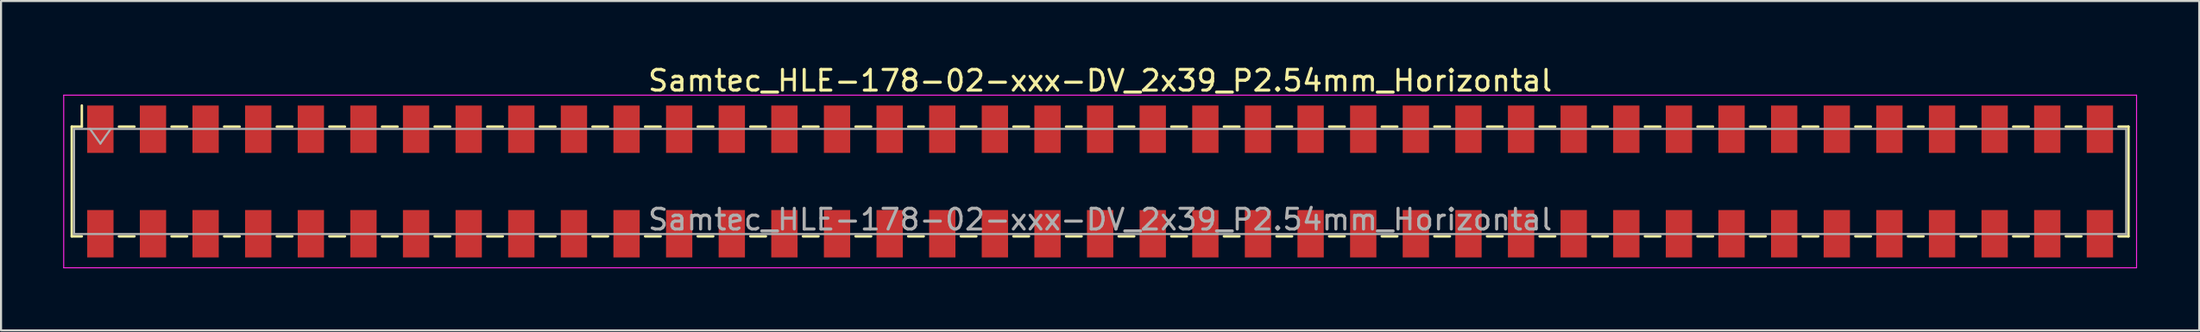
<source format=kicad_pcb>
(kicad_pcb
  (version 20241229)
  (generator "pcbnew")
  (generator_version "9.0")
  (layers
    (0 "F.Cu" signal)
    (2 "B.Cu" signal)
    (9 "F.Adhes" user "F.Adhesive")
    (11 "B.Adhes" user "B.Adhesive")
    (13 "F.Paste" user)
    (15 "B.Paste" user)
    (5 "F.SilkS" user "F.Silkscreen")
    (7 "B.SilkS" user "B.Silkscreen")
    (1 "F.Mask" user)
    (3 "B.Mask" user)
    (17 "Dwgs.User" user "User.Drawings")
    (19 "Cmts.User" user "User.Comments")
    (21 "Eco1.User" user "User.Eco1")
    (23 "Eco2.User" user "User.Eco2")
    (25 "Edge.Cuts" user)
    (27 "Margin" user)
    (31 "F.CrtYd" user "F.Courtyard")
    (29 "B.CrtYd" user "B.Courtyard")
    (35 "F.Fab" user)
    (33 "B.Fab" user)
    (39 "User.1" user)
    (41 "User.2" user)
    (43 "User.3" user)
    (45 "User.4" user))
  (footprint "Samtec_HLE-178-02-xxx-DV_2x39_P2.54mm_Horizontal"
    (layer "F.Cu")
    (at 50.055 5.718)
    (property "Reference" "Samtec_HLE-178-02-xxx-DV_2x39_P2.54mm_Horizontal" (at 0 -4.87 0) (layer "F.SilkS") (effects (font (size 1 1) (thickness 0.15))))
    (attr smd)
    (fp_line (start -49.64 -2.65) (end -49.64 2.65) (stroke (width 0.12) (type solid)) (layer "F.SilkS"))
    (fp_line (start -49.64 2.65) (end -49.155 2.65) (stroke (width 0.12) (type solid)) (layer "F.SilkS"))
    (fp_line (start -49.155 -3.67) (end -49.155 -2.65) (stroke (width 0.12) (type solid)) (layer "F.SilkS"))
    (fp_line (start -49.155 -2.65) (end -49.64 -2.65) (stroke (width 0.12) (type solid)) (layer "F.SilkS"))
    (fp_line (start -47.365 -2.65) (end -46.615 -2.65) (stroke (width 0.12) (type solid)) (layer "F.SilkS"))
    (fp_line (start -47.365 2.65) (end -46.615 2.65) (stroke (width 0.12) (type solid)) (layer "F.SilkS"))
    (fp_line (start -44.825 -2.65) (end -44.075 -2.65) (stroke (width 0.12) (type solid)) (layer "F.SilkS"))
    (fp_line (start -44.825 2.65) (end -44.075 2.65) (stroke (width 0.12) (type solid)) (layer "F.SilkS"))
    (fp_line (start -42.285 -2.65) (end -41.535 -2.65) (stroke (width 0.12) (type solid)) (layer "F.SilkS"))
    (fp_line (start -42.285 2.65) (end -41.535 2.65) (stroke (width 0.12) (type solid)) (layer "F.SilkS"))
    (fp_line (start -39.745 -2.65) (end -38.995 -2.65) (stroke (width 0.12) (type solid)) (layer "F.SilkS"))
    (fp_line (start -39.745 2.65) (end -38.995 2.65) (stroke (width 0.12) (type solid)) (layer "F.SilkS"))
    (fp_line (start -37.205 -2.65) (end -36.455 -2.65) (stroke (width 0.12) (type solid)) (layer "F.SilkS"))
    (fp_line (start -37.205 2.65) (end -36.455 2.65) (stroke (width 0.12) (type solid)) (layer "F.SilkS"))
    (fp_line (start -34.665 -2.65) (end -33.915 -2.65) (stroke (width 0.12) (type solid)) (layer "F.SilkS"))
    (fp_line (start -34.665 2.65) (end -33.915 2.65) (stroke (width 0.12) (type solid)) (layer "F.SilkS"))
    (fp_line (start -32.125 -2.65) (end -31.375 -2.65) (stroke (width 0.12) (type solid)) (layer "F.SilkS"))
    (fp_line (start -32.125 2.65) (end -31.375 2.65) (stroke (width 0.12) (type solid)) (layer "F.SilkS"))
    (fp_line (start -29.585 -2.65) (end -28.835 -2.65) (stroke (width 0.12) (type solid)) (layer "F.SilkS"))
    (fp_line (start -29.585 2.65) (end -28.835 2.65) (stroke (width 0.12) (type solid)) (layer "F.SilkS"))
    (fp_line (start -27.045 -2.65) (end -26.295 -2.65) (stroke (width 0.12) (type solid)) (layer "F.SilkS"))
    (fp_line (start -27.045 2.65) (end -26.295 2.65) (stroke (width 0.12) (type solid)) (layer "F.SilkS"))
    (fp_line (start -24.505 -2.65) (end -23.755 -2.65) (stroke (width 0.12) (type solid)) (layer "F.SilkS"))
    (fp_line (start -24.505 2.65) (end -23.755 2.65) (stroke (width 0.12) (type solid)) (layer "F.SilkS"))
    (fp_line (start -21.965 -2.65) (end -21.215 -2.65) (stroke (width 0.12) (type solid)) (layer "F.SilkS"))
    (fp_line (start -21.965 2.65) (end -21.215 2.65) (stroke (width 0.12) (type solid)) (layer "F.SilkS"))
    (fp_line (start -19.425 -2.65) (end -18.675 -2.65) (stroke (width 0.12) (type solid)) (layer "F.SilkS"))
    (fp_line (start -19.425 2.65) (end -18.675 2.65) (stroke (width 0.12) (type solid)) (layer "F.SilkS"))
    (fp_line (start -16.885 -2.65) (end -16.135 -2.65) (stroke (width 0.12) (type solid)) (layer "F.SilkS"))
    (fp_line (start -16.885 2.65) (end -16.135 2.65) (stroke (width 0.12) (type solid)) (layer "F.SilkS"))
    (fp_line (start -14.345 -2.65) (end -13.595 -2.65) (stroke (width 0.12) (type solid)) (layer "F.SilkS"))
    (fp_line (start -14.345 2.65) (end -13.595 2.65) (stroke (width 0.12) (type solid)) (layer "F.SilkS"))
    (fp_line (start -11.805 -2.65) (end -11.055 -2.65) (stroke (width 0.12) (type solid)) (layer "F.SilkS"))
    (fp_line (start -11.805 2.65) (end -11.055 2.65) (stroke (width 0.12) (type solid)) (layer "F.SilkS"))
    (fp_line (start -9.265 -2.65) (end -8.515 -2.65) (stroke (width 0.12) (type solid)) (layer "F.SilkS"))
    (fp_line (start -9.265 2.65) (end -8.515 2.65) (stroke (width 0.12) (type solid)) (layer "F.SilkS"))
    (fp_line (start -6.725 -2.65) (end -5.975 -2.65) (stroke (width 0.12) (type solid)) (layer "F.SilkS"))
    (fp_line (start -6.725 2.65) (end -5.975 2.65) (stroke (width 0.12) (type solid)) (layer "F.SilkS"))
    (fp_line (start -4.185 -2.65) (end -3.435 -2.65) (stroke (width 0.12) (type solid)) (layer "F.SilkS"))
    (fp_line (start -4.185 2.65) (end -3.435 2.65) (stroke (width 0.12) (type solid)) (layer "F.SilkS"))
    (fp_line (start -1.645 -2.65) (end -0.895 -2.65) (stroke (width 0.12) (type solid)) (layer "F.SilkS"))
    (fp_line (start -1.645 2.65) (end -0.895 2.65) (stroke (width 0.12) (type solid)) (layer "F.SilkS"))
    (fp_line (start 0.895 -2.65) (end 1.645 -2.65) (stroke (width 0.12) (type solid)) (layer "F.SilkS"))
    (fp_line (start 0.895 2.65) (end 1.645 2.65) (stroke (width 0.12) (type solid)) (layer "F.SilkS"))
    (fp_line (start 3.435 -2.65) (end 4.185 -2.65) (stroke (width 0.12) (type solid)) (layer "F.SilkS"))
    (fp_line (start 3.435 2.65) (end 4.185 2.65) (stroke (width 0.12) (type solid)) (layer "F.SilkS"))
    (fp_line (start 5.975 -2.65) (end 6.725 -2.65) (stroke (width 0.12) (type solid)) (layer "F.SilkS"))
    (fp_line (start 5.975 2.65) (end 6.725 2.65) (stroke (width 0.12) (type solid)) (layer "F.SilkS"))
    (fp_line (start 8.515 -2.65) (end 9.265 -2.65) (stroke (width 0.12) (type solid)) (layer "F.SilkS"))
    (fp_line (start 8.515 2.65) (end 9.265 2.65) (stroke (width 0.12) (type solid)) (layer "F.SilkS"))
    (fp_line (start 11.055 -2.65) (end 11.805 -2.65) (stroke (width 0.12) (type solid)) (layer "F.SilkS"))
    (fp_line (start 11.055 2.65) (end 11.805 2.65) (stroke (width 0.12) (type solid)) (layer "F.SilkS"))
    (fp_line (start 13.595 -2.65) (end 14.345 -2.65) (stroke (width 0.12) (type solid)) (layer "F.SilkS"))
    (fp_line (start 13.595 2.65) (end 14.345 2.65) (stroke (width 0.12) (type solid)) (layer "F.SilkS"))
    (fp_line (start 16.135 -2.65) (end 16.885 -2.65) (stroke (width 0.12) (type solid)) (layer "F.SilkS"))
    (fp_line (start 16.135 2.65) (end 16.885 2.65) (stroke (width 0.12) (type solid)) (layer "F.SilkS"))
    (fp_line (start 18.675 -2.65) (end 19.425 -2.65) (stroke (width 0.12) (type solid)) (layer "F.SilkS"))
    (fp_line (start 18.675 2.65) (end 19.425 2.65) (stroke (width 0.12) (type solid)) (layer "F.SilkS"))
    (fp_line (start 21.215 -2.65) (end 21.965 -2.65) (stroke (width 0.12) (type solid)) (layer "F.SilkS"))
    (fp_line (start 21.215 2.65) (end 21.965 2.65) (stroke (width 0.12) (type solid)) (layer "F.SilkS"))
    (fp_line (start 23.755 -2.65) (end 24.505 -2.65) (stroke (width 0.12) (type solid)) (layer "F.SilkS"))
    (fp_line (start 23.755 2.65) (end 24.505 2.65) (stroke (width 0.12) (type solid)) (layer "F.SilkS"))
    (fp_line (start 26.295 -2.65) (end 27.045 -2.65) (stroke (width 0.12) (type solid)) (layer "F.SilkS"))
    (fp_line (start 26.295 2.65) (end 27.045 2.65) (stroke (width 0.12) (type solid)) (layer "F.SilkS"))
    (fp_line (start 28.835 -2.65) (end 29.585 -2.65) (stroke (width 0.12) (type solid)) (layer "F.SilkS"))
    (fp_line (start 28.835 2.65) (end 29.585 2.65) (stroke (width 0.12) (type solid)) (layer "F.SilkS"))
    (fp_line (start 31.375 -2.65) (end 32.125 -2.65) (stroke (width 0.12) (type solid)) (layer "F.SilkS"))
    (fp_line (start 31.375 2.65) (end 32.125 2.65) (stroke (width 0.12) (type solid)) (layer "F.SilkS"))
    (fp_line (start 33.915 -2.65) (end 34.665 -2.65) (stroke (width 0.12) (type solid)) (layer "F.SilkS"))
    (fp_line (start 33.915 2.65) (end 34.665 2.65) (stroke (width 0.12) (type solid)) (layer "F.SilkS"))
    (fp_line (start 36.455 -2.65) (end 37.205 -2.65) (stroke (width 0.12) (type solid)) (layer "F.SilkS"))
    (fp_line (start 36.455 2.65) (end 37.205 2.65) (stroke (width 0.12) (type solid)) (layer "F.SilkS"))
    (fp_line (start 38.995 -2.65) (end 39.745 -2.65) (stroke (width 0.12) (type solid)) (layer "F.SilkS"))
    (fp_line (start 38.995 2.65) (end 39.745 2.65) (stroke (width 0.12) (type solid)) (layer "F.SilkS"))
    (fp_line (start 41.535 -2.65) (end 42.285 -2.65) (stroke (width 0.12) (type solid)) (layer "F.SilkS"))
    (fp_line (start 41.535 2.65) (end 42.285 2.65) (stroke (width 0.12) (type solid)) (layer "F.SilkS"))
    (fp_line (start 44.075 -2.65) (end 44.825 -2.65) (stroke (width 0.12) (type solid)) (layer "F.SilkS"))
    (fp_line (start 44.075 2.65) (end 44.825 2.65) (stroke (width 0.12) (type solid)) (layer "F.SilkS"))
    (fp_line (start 46.615 -2.65) (end 47.365 -2.65) (stroke (width 0.12) (type solid)) (layer "F.SilkS"))
    (fp_line (start 46.615 2.65) (end 47.365 2.65) (stroke (width 0.12) (type solid)) (layer "F.SilkS"))
    (fp_line (start 49.155 -2.65) (end 49.64 -2.65) (stroke (width 0.12) (type solid)) (layer "F.SilkS"))
    (fp_line (start 49.64 -2.65) (end 49.64 2.65) (stroke (width 0.12) (type solid)) (layer "F.SilkS"))
    (fp_line (start 49.64 2.65) (end 49.155 2.65) (stroke (width 0.12) (type solid)) (layer "F.SilkS"))
    (fp_line (start -50.03 -4.17) (end 50.03 -4.17) (stroke (width 0.05) (type solid)) (layer "F.CrtYd"))
    (fp_line (start -50.03 4.17) (end -50.03 -4.17) (stroke (width 0.05) (type solid)) (layer "F.CrtYd"))
    (fp_line (start 50.03 -4.17) (end 50.03 4.17) (stroke (width 0.05) (type solid)) (layer "F.CrtYd"))
    (fp_line (start 50.03 4.17) (end -50.03 4.17) (stroke (width 0.05) (type solid)) (layer "F.CrtYd"))
    (fp_line (start -49.53 -2.54) (end 49.53 -2.54) (stroke (width 0.1) (type solid)) (layer "F.Fab"))
    (fp_line (start -49.53 2.54) (end -49.53 -2.54) (stroke (width 0.1) (type solid)) (layer "F.Fab"))
    (fp_line (start -48.76 -2.54) (end -48.26 -1.833) (stroke (width 0.1) (type solid)) (layer "F.Fab"))
    (fp_line (start -48.26 -1.833) (end -47.76 -2.54) (stroke (width 0.1) (type solid)) (layer "F.Fab"))
    (fp_line (start 49.53 -2.54) (end 49.53 2.54) (stroke (width 0.1) (type solid)) (layer "F.Fab"))
    (fp_line (start 49.53 2.54) (end -49.53 2.54) (stroke (width 0.1) (type solid)) (layer "F.Fab"))
    (fp_text user "${REFERENCE}" (at 0 1.84 0) (layer "F.Fab") (effects (font (size 1 1) (thickness 0.15))))
    (pad "1" smd rect (at -48.26 -2.525) (size 1.27 2.29) (layers "F.Cu" "F.Mask" "F.Paste"))
    (pad "2" smd rect (at -48.26 2.525) (size 1.27 2.29) (layers "F.Cu" "F.Mask" "F.Paste"))
    (pad "3" smd rect (at -45.72 -2.525) (size 1.27 2.29) (layers "F.Cu" "F.Mask" "F.Paste"))
    (pad "4" smd rect (at -45.72 2.525) (size 1.27 2.29) (layers "F.Cu" "F.Mask" "F.Paste"))
    (pad "5" smd rect (at -43.18 -2.525) (size 1.27 2.29) (layers "F.Cu" "F.Mask" "F.Paste"))
    (pad "6" smd rect (at -43.18 2.525) (size 1.27 2.29) (layers "F.Cu" "F.Mask" "F.Paste"))
    (pad "7" smd rect (at -40.64 -2.525) (size 1.27 2.29) (layers "F.Cu" "F.Mask" "F.Paste"))
    (pad "8" smd rect (at -40.64 2.525) (size 1.27 2.29) (layers "F.Cu" "F.Mask" "F.Paste"))
    (pad "9" smd rect (at -38.1 -2.525) (size 1.27 2.29) (layers "F.Cu" "F.Mask" "F.Paste"))
    (pad "10" smd rect (at -38.1 2.525) (size 1.27 2.29) (layers "F.Cu" "F.Mask" "F.Paste"))
    (pad "11" smd rect (at -35.56 -2.525) (size 1.27 2.29) (layers "F.Cu" "F.Mask" "F.Paste"))
    (pad "12" smd rect (at -35.56 2.525) (size 1.27 2.29) (layers "F.Cu" "F.Mask" "F.Paste"))
    (pad "13" smd rect (at -33.02 -2.525) (size 1.27 2.29) (layers "F.Cu" "F.Mask" "F.Paste"))
    (pad "14" smd rect (at -33.02 2.525) (size 1.27 2.29) (layers "F.Cu" "F.Mask" "F.Paste"))
    (pad "15" smd rect (at -30.48 -2.525) (size 1.27 2.29) (layers "F.Cu" "F.Mask" "F.Paste"))
    (pad "16" smd rect (at -30.48 2.525) (size 1.27 2.29) (layers "F.Cu" "F.Mask" "F.Paste"))
    (pad "17" smd rect (at -27.94 -2.525) (size 1.27 2.29) (layers "F.Cu" "F.Mask" "F.Paste"))
    (pad "18" smd rect (at -27.94 2.525) (size 1.27 2.29) (layers "F.Cu" "F.Mask" "F.Paste"))
    (pad "19" smd rect (at -25.4 -2.525) (size 1.27 2.29) (layers "F.Cu" "F.Mask" "F.Paste"))
    (pad "20" smd rect (at -25.4 2.525) (size 1.27 2.29) (layers "F.Cu" "F.Mask" "F.Paste"))
    (pad "21" smd rect (at -22.86 -2.525) (size 1.27 2.29) (layers "F.Cu" "F.Mask" "F.Paste"))
    (pad "22" smd rect (at -22.86 2.525) (size 1.27 2.29) (layers "F.Cu" "F.Mask" "F.Paste"))
    (pad "23" smd rect (at -20.32 -2.525) (size 1.27 2.29) (layers "F.Cu" "F.Mask" "F.Paste"))
    (pad "24" smd rect (at -20.32 2.525) (size 1.27 2.29) (layers "F.Cu" "F.Mask" "F.Paste"))
    (pad "25" smd rect (at -17.78 -2.525) (size 1.27 2.29) (layers "F.Cu" "F.Mask" "F.Paste"))
    (pad "26" smd rect (at -17.78 2.525) (size 1.27 2.29) (layers "F.Cu" "F.Mask" "F.Paste"))
    (pad "27" smd rect (at -15.24 -2.525) (size 1.27 2.29) (layers "F.Cu" "F.Mask" "F.Paste"))
    (pad "28" smd rect (at -15.24 2.525) (size 1.27 2.29) (layers "F.Cu" "F.Mask" "F.Paste"))
    (pad "29" smd rect (at -12.7 -2.525) (size 1.27 2.29) (layers "F.Cu" "F.Mask" "F.Paste"))
    (pad "30" smd rect (at -12.7 2.525) (size 1.27 2.29) (layers "F.Cu" "F.Mask" "F.Paste"))
    (pad "31" smd rect (at -10.16 -2.525) (size 1.27 2.29) (layers "F.Cu" "F.Mask" "F.Paste"))
    (pad "32" smd rect (at -10.16 2.525) (size 1.27 2.29) (layers "F.Cu" "F.Mask" "F.Paste"))
    (pad "33" smd rect (at -7.62 -2.525) (size 1.27 2.29) (layers "F.Cu" "F.Mask" "F.Paste"))
    (pad "34" smd rect (at -7.62 2.525) (size 1.27 2.29) (layers "F.Cu" "F.Mask" "F.Paste"))
    (pad "35" smd rect (at -5.08 -2.525) (size 1.27 2.29) (layers "F.Cu" "F.Mask" "F.Paste"))
    (pad "36" smd rect (at -5.08 2.525) (size 1.27 2.29) (layers "F.Cu" "F.Mask" "F.Paste"))
    (pad "37" smd rect (at -2.54 -2.525) (size 1.27 2.29) (layers "F.Cu" "F.Mask" "F.Paste"))
    (pad "38" smd rect (at -2.54 2.525) (size 1.27 2.29) (layers "F.Cu" "F.Mask" "F.Paste"))
    (pad "39" smd rect (at 0 -2.525) (size 1.27 2.29) (layers "F.Cu" "F.Mask" "F.Paste"))
    (pad "40" smd rect (at 0 2.525) (size 1.27 2.29) (layers "F.Cu" "F.Mask" "F.Paste"))
    (pad "41" smd rect (at 2.54 -2.525) (size 1.27 2.29) (layers "F.Cu" "F.Mask" "F.Paste"))
    (pad "42" smd rect (at 2.54 2.525) (size 1.27 2.29) (layers "F.Cu" "F.Mask" "F.Paste"))
    (pad "43" smd rect (at 5.08 -2.525) (size 1.27 2.29) (layers "F.Cu" "F.Mask" "F.Paste"))
    (pad "44" smd rect (at 5.08 2.525) (size 1.27 2.29) (layers "F.Cu" "F.Mask" "F.Paste"))
    (pad "45" smd rect (at 7.62 -2.525) (size 1.27 2.29) (layers "F.Cu" "F.Mask" "F.Paste"))
    (pad "46" smd rect (at 7.62 2.525) (size 1.27 2.29) (layers "F.Cu" "F.Mask" "F.Paste"))
    (pad "47" smd rect (at 10.16 -2.525) (size 1.27 2.29) (layers "F.Cu" "F.Mask" "F.Paste"))
    (pad "48" smd rect (at 10.16 2.525) (size 1.27 2.29) (layers "F.Cu" "F.Mask" "F.Paste"))
    (pad "49" smd rect (at 12.7 -2.525) (size 1.27 2.29) (layers "F.Cu" "F.Mask" "F.Paste"))
    (pad "50" smd rect (at 12.7 2.525) (size 1.27 2.29) (layers "F.Cu" "F.Mask" "F.Paste"))
    (pad "51" smd rect (at 15.24 -2.525) (size 1.27 2.29) (layers "F.Cu" "F.Mask" "F.Paste"))
    (pad "52" smd rect (at 15.24 2.525) (size 1.27 2.29) (layers "F.Cu" "F.Mask" "F.Paste"))
    (pad "53" smd rect (at 17.78 -2.525) (size 1.27 2.29) (layers "F.Cu" "F.Mask" "F.Paste"))
    (pad "54" smd rect (at 17.78 2.525) (size 1.27 2.29) (layers "F.Cu" "F.Mask" "F.Paste"))
    (pad "55" smd rect (at 20.32 -2.525) (size 1.27 2.29) (layers "F.Cu" "F.Mask" "F.Paste"))
    (pad "56" smd rect (at 20.32 2.525) (size 1.27 2.29) (layers "F.Cu" "F.Mask" "F.Paste"))
    (pad "57" smd rect (at 22.86 -2.525) (size 1.27 2.29) (layers "F.Cu" "F.Mask" "F.Paste"))
    (pad "58" smd rect (at 22.86 2.525) (size 1.27 2.29) (layers "F.Cu" "F.Mask" "F.Paste"))
    (pad "59" smd rect (at 25.4 -2.525) (size 1.27 2.29) (layers "F.Cu" "F.Mask" "F.Paste"))
    (pad "60" smd rect (at 25.4 2.525) (size 1.27 2.29) (layers "F.Cu" "F.Mask" "F.Paste"))
    (pad "61" smd rect (at 27.94 -2.525) (size 1.27 2.29) (layers "F.Cu" "F.Mask" "F.Paste"))
    (pad "62" smd rect (at 27.94 2.525) (size 1.27 2.29) (layers "F.Cu" "F.Mask" "F.Paste"))
    (pad "63" smd rect (at 30.48 -2.525) (size 1.27 2.29) (layers "F.Cu" "F.Mask" "F.Paste"))
    (pad "64" smd rect (at 30.48 2.525) (size 1.27 2.29) (layers "F.Cu" "F.Mask" "F.Paste"))
    (pad "65" smd rect (at 33.02 -2.525) (size 1.27 2.29) (layers "F.Cu" "F.Mask" "F.Paste"))
    (pad "66" smd rect (at 33.02 2.525) (size 1.27 2.29) (layers "F.Cu" "F.Mask" "F.Paste"))
    (pad "67" smd rect (at 35.56 -2.525) (size 1.27 2.29) (layers "F.Cu" "F.Mask" "F.Paste"))
    (pad "68" smd rect (at 35.56 2.525) (size 1.27 2.29) (layers "F.Cu" "F.Mask" "F.Paste"))
    (pad "69" smd rect (at 38.1 -2.525) (size 1.27 2.29) (layers "F.Cu" "F.Mask" "F.Paste"))
    (pad "70" smd rect (at 38.1 2.525) (size 1.27 2.29) (layers "F.Cu" "F.Mask" "F.Paste"))
    (pad "71" smd rect (at 40.64 -2.525) (size 1.27 2.29) (layers "F.Cu" "F.Mask" "F.Paste"))
    (pad "72" smd rect (at 40.64 2.525) (size 1.27 2.29) (layers "F.Cu" "F.Mask" "F.Paste"))
    (pad "73" smd rect (at 43.18 -2.525) (size 1.27 2.29) (layers "F.Cu" "F.Mask" "F.Paste"))
    (pad "74" smd rect (at 43.18 2.525) (size 1.27 2.29) (layers "F.Cu" "F.Mask" "F.Paste"))
    (pad "75" smd rect (at 45.72 -2.525) (size 1.27 2.29) (layers "F.Cu" "F.Mask" "F.Paste"))
    (pad "76" smd rect (at 45.72 2.525) (size 1.27 2.29) (layers "F.Cu" "F.Mask" "F.Paste"))
    (pad "77" smd rect (at 48.26 -2.525) (size 1.27 2.29) (layers "F.Cu" "F.Mask" "F.Paste"))
    (pad "78" smd rect (at 48.26 2.525) (size 1.27 2.29) (layers "F.Cu" "F.Mask" "F.Paste")))
  (gr_rect
    (start -3 -3)
    (end 103.11 12.913)
    (stroke (width 0.1) (type default))
    (fill no)
    (layer "Edge.Cuts")))
</source>
